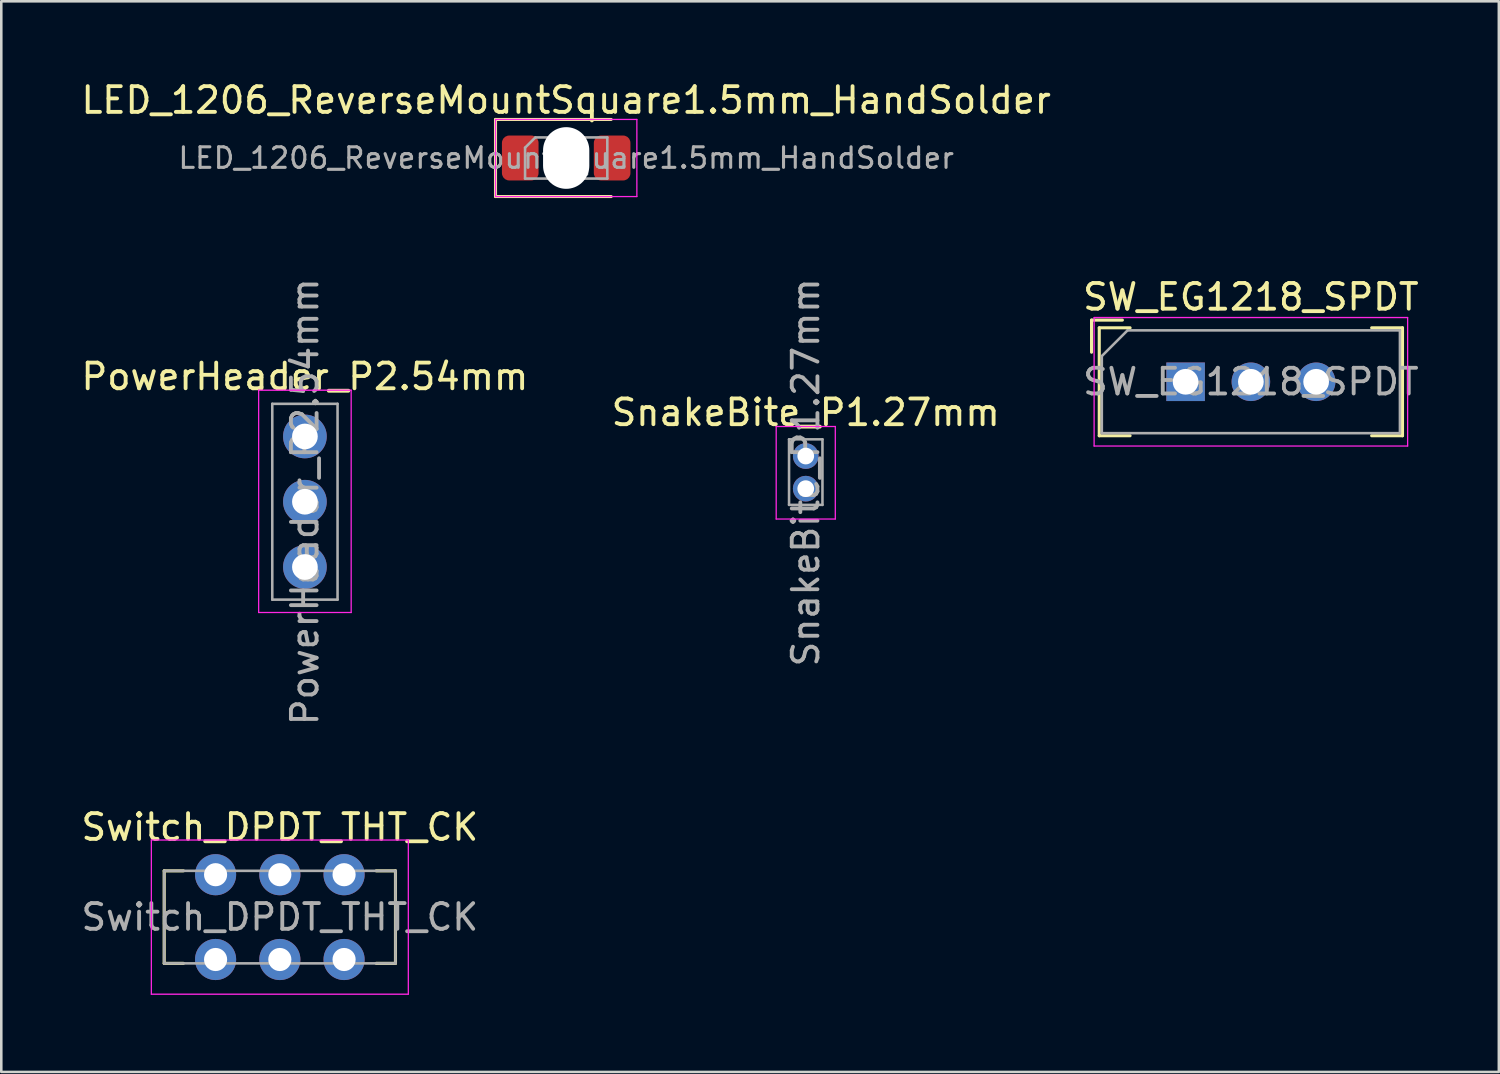
<source format=kicad_pcb>
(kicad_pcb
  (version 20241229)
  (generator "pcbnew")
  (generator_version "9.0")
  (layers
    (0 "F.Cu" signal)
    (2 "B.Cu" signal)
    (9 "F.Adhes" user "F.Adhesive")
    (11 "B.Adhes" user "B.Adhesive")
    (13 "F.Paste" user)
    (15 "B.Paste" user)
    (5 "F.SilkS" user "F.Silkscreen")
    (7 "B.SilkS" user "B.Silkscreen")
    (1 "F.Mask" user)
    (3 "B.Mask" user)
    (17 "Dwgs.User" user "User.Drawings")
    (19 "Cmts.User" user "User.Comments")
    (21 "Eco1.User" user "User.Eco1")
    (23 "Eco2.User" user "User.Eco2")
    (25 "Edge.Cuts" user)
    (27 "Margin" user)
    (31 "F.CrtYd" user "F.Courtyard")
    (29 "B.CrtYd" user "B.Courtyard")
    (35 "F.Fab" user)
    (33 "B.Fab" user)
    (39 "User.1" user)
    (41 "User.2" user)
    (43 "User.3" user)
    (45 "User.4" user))
  (footprint "SnakeBite_P1.27mm"
    (layer "F.Cu")
    (at 28.304 14.696)
    (property "Reference" "SnakeBite_P1.27mm" (at 0 -1.695 0) (layer "F.SilkS") (effects (font (size 1 1) (thickness 0.15))))
    (attr through_hole)
    (fp_line (start -1.15 -1.15) (end -1.15 2.45) (stroke (width 0.05) (type solid)) (layer "F.CrtYd"))
    (fp_line (start -1.15 2.45) (end 1.15 2.45) (stroke (width 0.05) (type solid)) (layer "F.CrtYd"))
    (fp_line (start 1.15 -1.15) (end -1.15 -1.15) (stroke (width 0.05) (type solid)) (layer "F.CrtYd"))
    (fp_line (start 1.15 2.45) (end 1.15 -1.15) (stroke (width 0.05) (type solid)) (layer "F.CrtYd"))
    (fp_line (start -0.65 -0.65) (end 0.65 -0.65) (stroke (width 0.1) (type solid)) (layer "F.Fab"))
    (fp_line (start -0.65 1.9) (end -0.65 -0.65) (stroke (width 0.1) (type solid)) (layer "F.Fab"))
    (fp_line (start 0.65 -0.65) (end 0.65 1.9) (stroke (width 0.1) (type solid)) (layer "F.Fab"))
    (fp_line (start 0.65 1.9) (end -0.65 1.9) (stroke (width 0.1) (type solid)) (layer "F.Fab"))
    (fp_text user "${REFERENCE}" (at 0 0.635 90) (layer "F.Fab") (effects (font (size 1 1) (thickness 0.15))))
    (pad "1" thru_hole circle (at 0 0) (size 1 1) (drill 0.65) (layers "*.Cu" "*.Mask"))
    (pad "2" thru_hole oval (at 0 1.27) (size 1 1) (drill 0.65) (layers "*.Cu" "*.Mask")))
  (footprint "PowerHeader_P2.54mm"
    (layer "F.Cu")
    (at 8.815 13.934)
    (property "Reference" "PowerHeader_P2.54mm" (at 0 -2.33 0) (layer "F.SilkS") (effects (font (size 1 1) (thickness 0.15))))
    (attr through_hole)
    (fp_line (start -1.8 -1.8) (end -1.8 6.85) (stroke (width 0.05) (type solid)) (layer "F.CrtYd"))
    (fp_line (start -1.8 6.85) (end 1.8 6.85) (stroke (width 0.05) (type solid)) (layer "F.CrtYd"))
    (fp_line (start 1.8 -1.8) (end -1.8 -1.8) (stroke (width 0.05) (type solid)) (layer "F.CrtYd"))
    (fp_line (start 1.8 6.85) (end 1.8 -1.8) (stroke (width 0.05) (type solid)) (layer "F.CrtYd"))
    (fp_line (start -1.27 -1.27) (end 1.27 -1.27) (stroke (width 0.1) (type solid)) (layer "F.Fab"))
    (fp_line (start -1.27 6.35) (end -1.27 -1.27) (stroke (width 0.1) (type solid)) (layer "F.Fab"))
    (fp_line (start 1.27 -1.27) (end 1.27 6.35) (stroke (width 0.1) (type solid)) (layer "F.Fab"))
    (fp_line (start 1.27 6.35) (end -1.27 6.35) (stroke (width 0.1) (type solid)) (layer "F.Fab"))
    (fp_text user "${REFERENCE}" (at 0 2.54 270) (layer "F.Fab") (effects (font (size 1 1) (thickness 0.15))))
    (pad "1" thru_hole circle (at 0 0) (size 1.7 1.7) (drill 1) (layers "*.Cu" "*.Mask"))
    (pad "2" thru_hole oval (at 0 2.54) (size 1.7 1.7) (drill 1) (layers "*.Cu" "*.Mask"))
    (pad "3" thru_hole oval (at 0 5.08) (size 1.7 1.7) (drill 1) (layers "*.Cu" "*.Mask")))
  (footprint "Switch_DPDT_THT_CK"
    (layer "F.Cu")
    (at 7.839 32.637)
    (property "Reference" "Switch_DPDT_THT_CK" (at 0 -3.5 0) (layer "F.SilkS") (effects (font (size 1 1) (thickness 0.15))))
    (attr through_hole)
    (fp_line (start -4.5 -1.8) (end -3.75 -1.8) (stroke (width 0.12) (type solid)) (layer "F.SilkS"))
    (fp_line (start -4.5 1.8) (end -4.5 -1.8) (stroke (width 0.12) (type solid)) (layer "F.SilkS"))
    (fp_line (start -4.5 1.8) (end -3.75 1.8) (stroke (width 0.12) (type solid)) (layer "F.SilkS"))
    (fp_line (start 3.75 -1.8) (end 4.5 -1.8) (stroke (width 0.12) (type solid)) (layer "F.SilkS"))
    (fp_line (start 3.75 1.8) (end 4.5 1.8) (stroke (width 0.12) (type solid)) (layer "F.SilkS"))
    (fp_line (start 4.5 1.8) (end 4.5 -1.8) (stroke (width 0.12) (type solid)) (layer "F.SilkS"))
    (fp_line (start -5 -3) (end -5 3) (stroke (width 0.05) (type solid)) (layer "F.CrtYd"))
    (fp_line (start -5 3) (end 5 3) (stroke (width 0.05) (type solid)) (layer "F.CrtYd"))
    (fp_line (start 5 -3) (end -5 -3) (stroke (width 0.05) (type solid)) (layer "F.CrtYd"))
    (fp_line (start 5 3) (end 5 -3) (stroke (width 0.05) (type solid)) (layer "F.CrtYd"))
    (fp_line (start -4.5 -1.8) (end 4.5 -1.8) (stroke (width 0.1) (type solid)) (layer "F.Fab"))
    (fp_line (start -4.5 1.8) (end -4.5 -1.8) (stroke (width 0.1) (type solid)) (layer "F.Fab"))
    (fp_line (start 4.5 -1.8) (end 4.5 1.8) (stroke (width 0.1) (type solid)) (layer "F.Fab"))
    (fp_line (start 4.5 1.8) (end -4.5 1.8) (stroke (width 0.1) (type solid)) (layer "F.Fab"))
    (fp_text user "${REFERENCE}" (at 0 0 180) (layer "F.Fab") (effects (font (size 1 1) (thickness 0.15))))
    (pad "1" thru_hole circle (at -2.5 -1.65 90) (size 1.6 1.6) (drill 0.9) (layers "*.Cu" "*.Mask"))
    (pad "2" thru_hole circle (at 0 -1.65 90) (size 1.6 1.6) (drill 0.9) (layers "*.Cu" "*.Mask"))
    (pad "3" thru_hole circle (at 2.5 -1.65 90) (size 1.6 1.6) (drill 0.9) (layers "*.Cu" "*.Mask"))
    (pad "4" thru_hole circle (at -2.5 1.65 90) (size 1.6 1.6) (drill 0.9) (layers "*.Cu" "*.Mask"))
    (pad "5" thru_hole circle (at 0 1.65 90) (size 1.6 1.6) (drill 0.9) (layers "*.Cu" "*.Mask"))
    (pad "6" thru_hole circle (at 2.5 1.65 90) (size 1.6 1.6) (drill 0.9) (layers "*.Cu" "*.Mask")))
  (footprint "SW_EG1218_SPDT"
    (layer "F.Cu")
    (at 45.625 11.806)
    (property "Reference" "SW_EG1218_SPDT" (at 0 -3.3 0) (layer "F.SilkS") (effects (font (size 1 1) (thickness 0.15))))
    (attr through_hole)
    (fp_line (start -6.2 -2.4) (end -6.2 -1.15) (stroke (width 0.12) (type solid)) (layer "F.SilkS"))
    (fp_line (start -5.9 -2.1) (end -5.9 2.1) (stroke (width 0.12) (type solid)) (layer "F.SilkS"))
    (fp_line (start -5.9 2.1) (end -4.7 2.1) (stroke (width 0.12) (type solid)) (layer "F.SilkS"))
    (fp_line (start -5 -2.4) (end -6.2 -2.4) (stroke (width 0.12) (type solid)) (layer "F.SilkS"))
    (fp_line (start -4.7 -2.1) (end -5.9 -2.1) (stroke (width 0.12) (type solid)) (layer "F.SilkS"))
    (fp_line (start 4.7 -2.1) (end 5.9 -2.1) (stroke (width 0.12) (type solid)) (layer "F.SilkS"))
    (fp_line (start 5.9 -2.1) (end 5.9 2.1) (stroke (width 0.12) (type solid)) (layer "F.SilkS"))
    (fp_line (start 5.9 2.1) (end 4.7 2.1) (stroke (width 0.12) (type solid)) (layer "F.SilkS"))
    (fp_line (start -6.1 -2.5) (end 6.1 -2.5) (stroke (width 0.05) (type solid)) (layer "F.CrtYd"))
    (fp_line (start -6.1 2.5) (end -6.1 -2.5) (stroke (width 0.05) (type solid)) (layer "F.CrtYd"))
    (fp_line (start 6.1 -2.5) (end 6.1 2.5) (stroke (width 0.05) (type solid)) (layer "F.CrtYd"))
    (fp_line (start 6.1 2.5) (end -6.1 2.5) (stroke (width 0.05) (type solid)) (layer "F.CrtYd"))
    (fp_line (start -5.8 2) (end -5.8 -1) (stroke (width 0.1) (type solid)) (layer "F.Fab"))
    (fp_line (start -4.8 -2) (end -5.8 -1) (stroke (width 0.1) (type solid)) (layer "F.Fab"))
    (fp_line (start -4.8 -2) (end 5.8 -2) (stroke (width 0.1) (type solid)) (layer "F.Fab"))
    (fp_line (start 5.8 -2) (end 5.8 2) (stroke (width 0.1) (type solid)) (layer "F.Fab"))
    (fp_line (start 5.8 2) (end -5.8 2) (stroke (width 0.1) (type solid)) (layer "F.Fab"))
    (fp_text user "${REFERENCE}" (at 0 0 0) (layer "F.Fab") (effects (font (size 1 1) (thickness 0.15))))
    (pad "1" thru_hole rect (at -2.54 0) (size 1.5 1.5) (drill 1) (layers "*.Cu" "*.Mask"))
    (pad "2" thru_hole circle (at 0 0) (size 1.5 1.5) (drill 1) (layers "*.Cu" "*.Mask"))
    (pad "3" thru_hole circle (at 2.54 0) (size 1.5 1.5) (drill 1) (layers "*.Cu" "*.Mask")))
  (footprint "LED_1206_ReverseMountSquare1.5mm_HandSolder"
    (layer "F.Cu")
    (at 18.982 3.098)
    (property "Reference" "LED_1206_ReverseMountSquare1.5mm_HandSolder" (at 0 -2.25 0) (layer "F.SilkS") (effects (font (size 1 1) (thickness 0.15))))
    (attr smd)
    (fp_line (start -2.75 -1.5) (end -2.75 1.5) (stroke (width 0.12) (type solid)) (layer "F.SilkS"))
    (fp_line (start -2.75 1.5) (end 1.75 1.5) (stroke (width 0.12) (type solid)) (layer "F.SilkS"))
    (fp_line (start 1.75 -1.5) (end -2.75 -1.5) (stroke (width 0.12) (type solid)) (layer "F.SilkS"))
    (fp_line (start -2.75 -1.5) (end 2.75 -1.5) (stroke (width 0.05) (type solid)) (layer "F.CrtYd"))
    (fp_line (start -2.75 1.5) (end -2.75 -1.5) (stroke (width 0.05) (type solid)) (layer "F.CrtYd"))
    (fp_line (start 2.75 -1.5) (end 2.75 1.5) (stroke (width 0.05) (type solid)) (layer "F.CrtYd"))
    (fp_line (start 2.75 1.5) (end -2.75 1.5) (stroke (width 0.05) (type solid)) (layer "F.CrtYd"))
    (fp_line (start -1.6 -0.4) (end -1.6 0.8) (stroke (width 0.1) (type solid)) (layer "F.Fab"))
    (fp_line (start -1.6 0.8) (end 1.6 0.8) (stroke (width 0.1) (type solid)) (layer "F.Fab"))
    (fp_line (start -1.2 -0.8) (end -1.6 -0.4) (stroke (width 0.1) (type solid)) (layer "F.Fab"))
    (fp_line (start 1.6 -0.8) (end -1.2 -0.8) (stroke (width 0.1) (type solid)) (layer "F.Fab"))
    (fp_line (start 1.6 0.8) (end 1.6 -0.8) (stroke (width 0.1) (type solid)) (layer "F.Fab"))
    (fp_text user "${REFERENCE}" (at 0 0 0) (layer "F.Fab") (effects (font (size 0.8 0.8) (thickness 0.12))))
    (pad "" np_thru_hole oval (at 0 0) (size 1.8 2.4) (drill oval 1.8 2.4) (layers "*.Cu" "*.Mask"))
    (pad "1" smd roundrect (at -1.788 0) (size 1.425 1.75) (layers "F.Cu" "F.Mask" "F.Paste") (roundrect_rratio 0.2))
    (pad "2" smd roundrect (at 1.788 0) (size 1.425 1.75) (layers "F.Cu" "F.Mask" "F.Paste") (roundrect_rratio 0.2)))
  (gr_rect
    (start -3 -3)
    (end 55.274 38.662)
    (stroke (width 0.1) (type default))
    (fill no)
    (layer "Edge.Cuts")))
</source>
